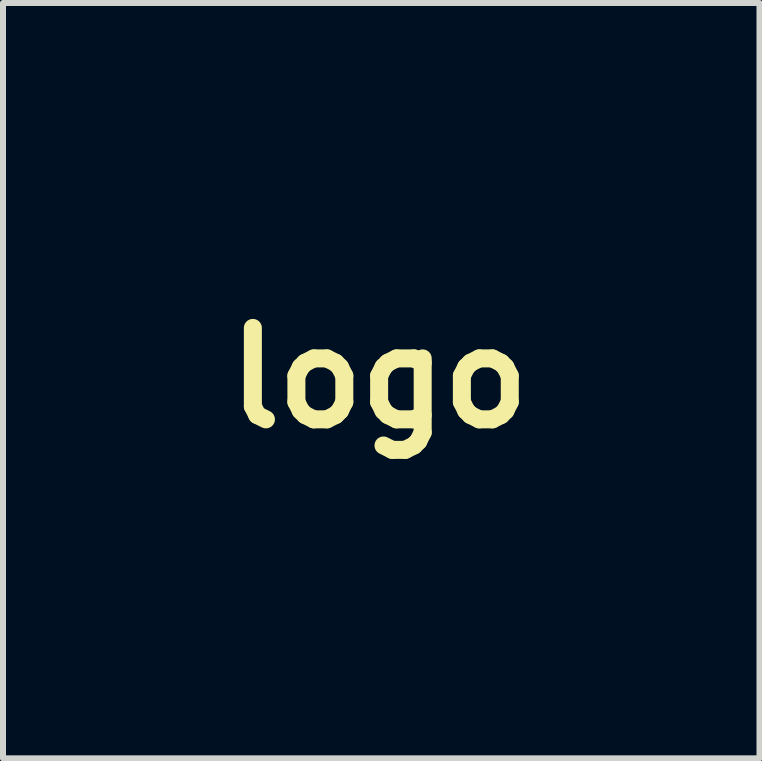
<source format=kicad_pcb>
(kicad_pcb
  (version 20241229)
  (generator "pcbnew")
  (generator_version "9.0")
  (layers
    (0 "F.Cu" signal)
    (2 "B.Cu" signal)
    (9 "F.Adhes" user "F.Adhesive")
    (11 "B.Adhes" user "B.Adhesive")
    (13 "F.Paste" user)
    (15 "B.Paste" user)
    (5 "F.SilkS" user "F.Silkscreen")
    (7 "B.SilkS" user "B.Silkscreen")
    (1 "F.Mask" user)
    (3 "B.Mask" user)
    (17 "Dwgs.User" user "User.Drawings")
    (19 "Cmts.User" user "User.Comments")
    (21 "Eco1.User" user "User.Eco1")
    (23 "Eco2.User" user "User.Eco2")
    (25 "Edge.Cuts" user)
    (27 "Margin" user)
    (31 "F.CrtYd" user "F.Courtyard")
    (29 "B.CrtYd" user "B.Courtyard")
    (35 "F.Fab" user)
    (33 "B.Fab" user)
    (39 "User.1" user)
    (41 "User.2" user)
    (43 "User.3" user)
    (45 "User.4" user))
  (footprint "logo"
    (layer "F.Cu")
    (at 3.269 3.25)
    (property "Reference" "logo" (at 0 0 0) (layer "F.SilkS") (effects (font (size 1.524 1.524) (thickness 0.3))))
    (attr through_hole)
    (fp_poly (pts (xy 3.334 3.318) (xy 3.318 3.334) (xy 3.302 3.318) (xy 3.318 3.302) (xy 3.334 3.318)) (stroke (width 0.01) (type solid)) (fill yes) (layer "F.Mask"))
    (fp_poly (pts (xy -2.784 -1.512) (xy -2.709 -1.449) (xy -2.588 -1.338) (xy -2.556 1.508) (xy -2.207 1.706) (xy -2.07 1.782) (xy -1.952 1.844) (xy -1.862 1.887) (xy -1.815 1.905) (xy -1.813 1.905) (xy -1.791 1.893) (xy -1.781 1.85) (xy -1.78 1.764) (xy -1.786 1.65) (xy -1.8 1.509) (xy -1.822 1.404) (xy -1.862 1.306) (xy -1.929 1.187) (xy -1.933 1.181) (xy -2.075 0.906) (xy -2.158 0.646) (xy -2.184 0.397) (xy -2.161 0.185) (xy -2.093 -0.012) (xy -1.985 -0.163) (xy -1.842 -0.266) (xy -1.671 -0.318) (xy -1.478 -0.317) (xy -1.27 -0.26) (xy -1.193 -0.226) (xy -0.973 -0.083) (xy -0.775 0.115) (xy -0.604 0.363) (xy -0.549 0.467) (xy -0.493 0.585) (xy -0.457 0.68) (xy -0.436 0.776) (xy -0.424 0.892) (xy -0.418 1.032) (xy -0.418 1.236) (xy -0.439 1.393) (xy -0.486 1.517) (xy -0.563 1.622) (xy -0.656 1.707) (xy -0.776 1.803) (xy -0.788 2.132) (xy -0.791 2.307) (xy -0.78 2.433) (xy -0.748 2.525) (xy -0.687 2.597) (xy -0.592 2.663) (xy -0.503 2.712) (xy -0.337 2.807) (xy -0.223 2.888) (xy -0.153 2.962) (xy -0.118 3.037) (xy -0.116 3.049) (xy -0.109 3.161) (xy -0.148 3.231) (xy -0.235 3.264) (xy -0.311 3.268) (xy -0.425 3.259) (xy -0.565 3.24) (xy -0.667 3.221) (xy -1.104 3.096) (xy -1.512 2.917) (xy -1.887 2.687) (xy -2.226 2.411) (xy -2.524 2.093) (xy -2.779 1.736) (xy -2.986 1.346) (xy -3.141 0.925) (xy -3.241 0.478) (xy -3.242 0.476) (xy -3.26 0.276) (xy -3.264 0.037) (xy -3.254 -0.218) (xy -3.23 -0.467) (xy -3.195 -0.688) (xy -3.177 -0.769) (xy -3.133 -0.922) (xy -3.079 -1.082) (xy -3.02 -1.236) (xy -2.963 -1.371) (xy -2.912 -1.471) (xy -2.873 -1.524) (xy -2.836 -1.537) (xy -2.784 -1.512)) (stroke (width 0.01) (type solid)) (fill yes) (layer "F.Mask"))
    (fp_poly (pts (xy 0.236 -3.244) (xy 0.676 -3.186) (xy 1.084 -3.077) (xy 1.41 -2.94) (xy 1.733 -2.758) (xy 2.039 -2.541) (xy 2.315 -2.299) (xy 2.547 -2.041) (xy 2.651 -1.897) (xy 2.714 -1.799) (xy 2.745 -1.739) (xy 2.748 -1.7) (xy 2.728 -1.666) (xy 2.716 -1.653) (xy 2.643 -1.6) (xy 2.567 -1.57) (xy 2.54 -1.567) (xy 2.508 -1.568) (xy 2.468 -1.578) (xy 2.414 -1.598) (xy 2.343 -1.631) (xy 2.249 -1.678) (xy 2.128 -1.743) (xy 1.976 -1.828) (xy 1.787 -1.935) (xy 1.559 -2.067) (xy 1.285 -2.226) (xy 0.962 -2.414) (xy 0.899 -2.45) (xy 0.685 -2.574) (xy 0.489 -2.686) (xy 0.316 -2.784) (xy 0.173 -2.863) (xy 0.068 -2.919) (xy 0.008 -2.949) (xy -0.004 -2.953) (xy -0.045 -2.937) (xy -0.127 -2.896) (xy -0.238 -2.836) (xy -0.364 -2.765) (xy -0.493 -2.691) (xy -0.611 -2.62) (xy -0.707 -2.56) (xy -0.766 -2.519) (xy -0.778 -2.507) (xy -0.767 -2.473) (xy -0.714 -2.426) (xy -0.635 -2.376) (xy -0.55 -2.335) (xy -0.474 -2.311) (xy -0.452 -2.31) (xy -0.382 -2.311) (xy -0.268 -2.313) (xy -0.13 -2.316) (xy -0.064 -2.317) (xy 0.22 -2.302) (xy 0.471 -2.248) (xy 0.686 -2.159) (xy 0.859 -2.036) (xy 0.985 -1.885) (xy 1.059 -1.707) (xy 1.079 -1.543) (xy 1.048 -1.354) (xy 0.958 -1.184) (xy 0.812 -1.035) (xy 0.612 -0.911) (xy 0.485 -0.856) (xy 0.301 -0.806) (xy 0.083 -0.777) (xy -0.142 -0.772) (xy -0.349 -0.79) (xy -0.445 -0.811) (xy -0.721 -0.908) (xy -0.938 -1.027) (xy -1.096 -1.169) (xy -1.196 -1.333) (xy -1.237 -1.521) (xy -1.238 -1.561) (xy -1.245 -1.645) (xy -1.258 -1.696) (xy -1.3 -1.746) (xy -1.384 -1.805) (xy -1.49 -1.866) (xy -1.6 -1.918) (xy -1.695 -1.951) (xy -1.755 -1.957) (xy -1.81 -1.933) (xy -1.904 -1.882) (xy -2.022 -1.813) (xy -2.127 -1.748) (xy -2.255 -1.67) (xy -2.368 -1.608) (xy -2.454 -1.568) (xy -2.494 -1.556) (xy -2.558 -1.576) (xy -2.638 -1.625) (xy -2.661 -1.643) (xy -2.765 -1.73) (xy -2.647 -1.903) (xy -2.447 -2.158) (xy -2.199 -2.406) (xy -1.922 -2.635) (xy -1.63 -2.829) (xy -1.476 -2.912) (xy -1.073 -3.079) (xy -0.648 -3.19) (xy -0.208 -3.245) (xy 0.236 -3.244)) (stroke (width 0.01) (type solid)) (fill yes) (layer "F.Mask"))
    (fp_poly (pts (xy 2.887 -1.495) (xy 2.937 -1.418) (xy 2.994 -1.302) (xy 3.054 -1.161) (xy 3.112 -1.005) (xy 3.162 -0.846) (xy 3.182 -0.772) (xy 3.21 -0.649) (xy 3.23 -0.532) (xy 3.242 -0.404) (xy 3.249 -0.25) (xy 3.252 -0.054) (xy 3.252 0.032) (xy 3.251 0.234) (xy 3.247 0.388) (xy 3.238 0.509) (xy 3.224 0.611) (xy 3.202 0.71) (xy 3.171 0.82) (xy 3.165 0.841) (xy 3.064 1.125) (xy 2.933 1.42) (xy 2.781 1.706) (xy 2.619 1.961) (xy 2.525 2.086) (xy 2.258 2.374) (xy 1.949 2.631) (xy 1.607 2.853) (xy 1.245 3.034) (xy 0.872 3.167) (xy 0.5 3.246) (xy 0.381 3.259) (xy 0.248 3.265) (xy 0.167 3.254) (xy 0.135 3.235) (xy 0.109 3.178) (xy 0.096 3.09) (xy 0.095 3.074) (xy 0.094 3.043) (xy 0.095 3.016) (xy 0.101 2.991) (xy 0.117 2.964) (xy 0.149 2.932) (xy 0.2 2.893) (xy 0.275 2.842) (xy 0.378 2.778) (xy 0.515 2.696) (xy 0.689 2.594) (xy 0.905 2.469) (xy 1.168 2.317) (xy 1.413 2.176) (xy 1.654 2.036) (xy 1.878 1.904) (xy 2.081 1.784) (xy 2.255 1.678) (xy 2.395 1.592) (xy 2.493 1.528) (xy 2.544 1.492) (xy 2.548 1.487) (xy 2.571 1.451) (xy 2.587 1.398) (xy 2.597 1.318) (xy 2.602 1.198) (xy 2.603 1.028) (xy 2.603 0.998) (xy 2.601 0.824) (xy 2.595 0.686) (xy 2.584 0.594) (xy 2.571 0.555) (xy 2.531 0.562) (xy 2.455 0.598) (xy 2.36 0.655) (xy 2.357 0.657) (xy 2.267 0.721) (xy 2.201 0.783) (xy 2.143 0.86) (xy 2.082 0.969) (xy 2.037 1.06) (xy 1.88 1.329) (xy 1.702 1.539) (xy 1.503 1.689) (xy 1.284 1.779) (xy 1.045 1.809) (xy 0.861 1.791) (xy 0.716 1.732) (xy 0.595 1.624) (xy 0.564 1.585) (xy 0.492 1.44) (xy 0.454 1.255) (xy 0.45 1.043) (xy 0.477 0.818) (xy 0.536 0.593) (xy 0.625 0.38) (xy 0.668 0.304) (xy 0.82 0.091) (xy 0.994 -0.084) (xy 1.182 -0.216) (xy 1.376 -0.303) (xy 1.57 -0.342) (xy 1.754 -0.327) (xy 1.9 -0.269) (xy 1.999 -0.217) (xy 2.073 -0.197) (xy 2.147 -0.207) (xy 2.244 -0.249) (xy 2.286 -0.27) (xy 2.395 -0.327) (xy 2.472 -0.38) (xy 2.522 -0.441) (xy 2.552 -0.521) (xy 2.567 -0.632) (xy 2.571 -0.788) (xy 2.572 -0.905) (xy 2.575 -1.109) (xy 2.583 -1.254) (xy 2.598 -1.342) (xy 2.611 -1.37) (xy 2.678 -1.434) (xy 2.76 -1.489) (xy 2.833 -1.521) (xy 2.851 -1.524) (xy 2.887 -1.495)) (stroke (width 0.01) (type solid)) (fill yes) (layer "F.Mask")))
  (gr_rect
    (start -3 -3)
    (end 9.608 9.589)
    (stroke (width 0.1) (type default))
    (fill no)
    (layer "Edge.Cuts")))
</source>
